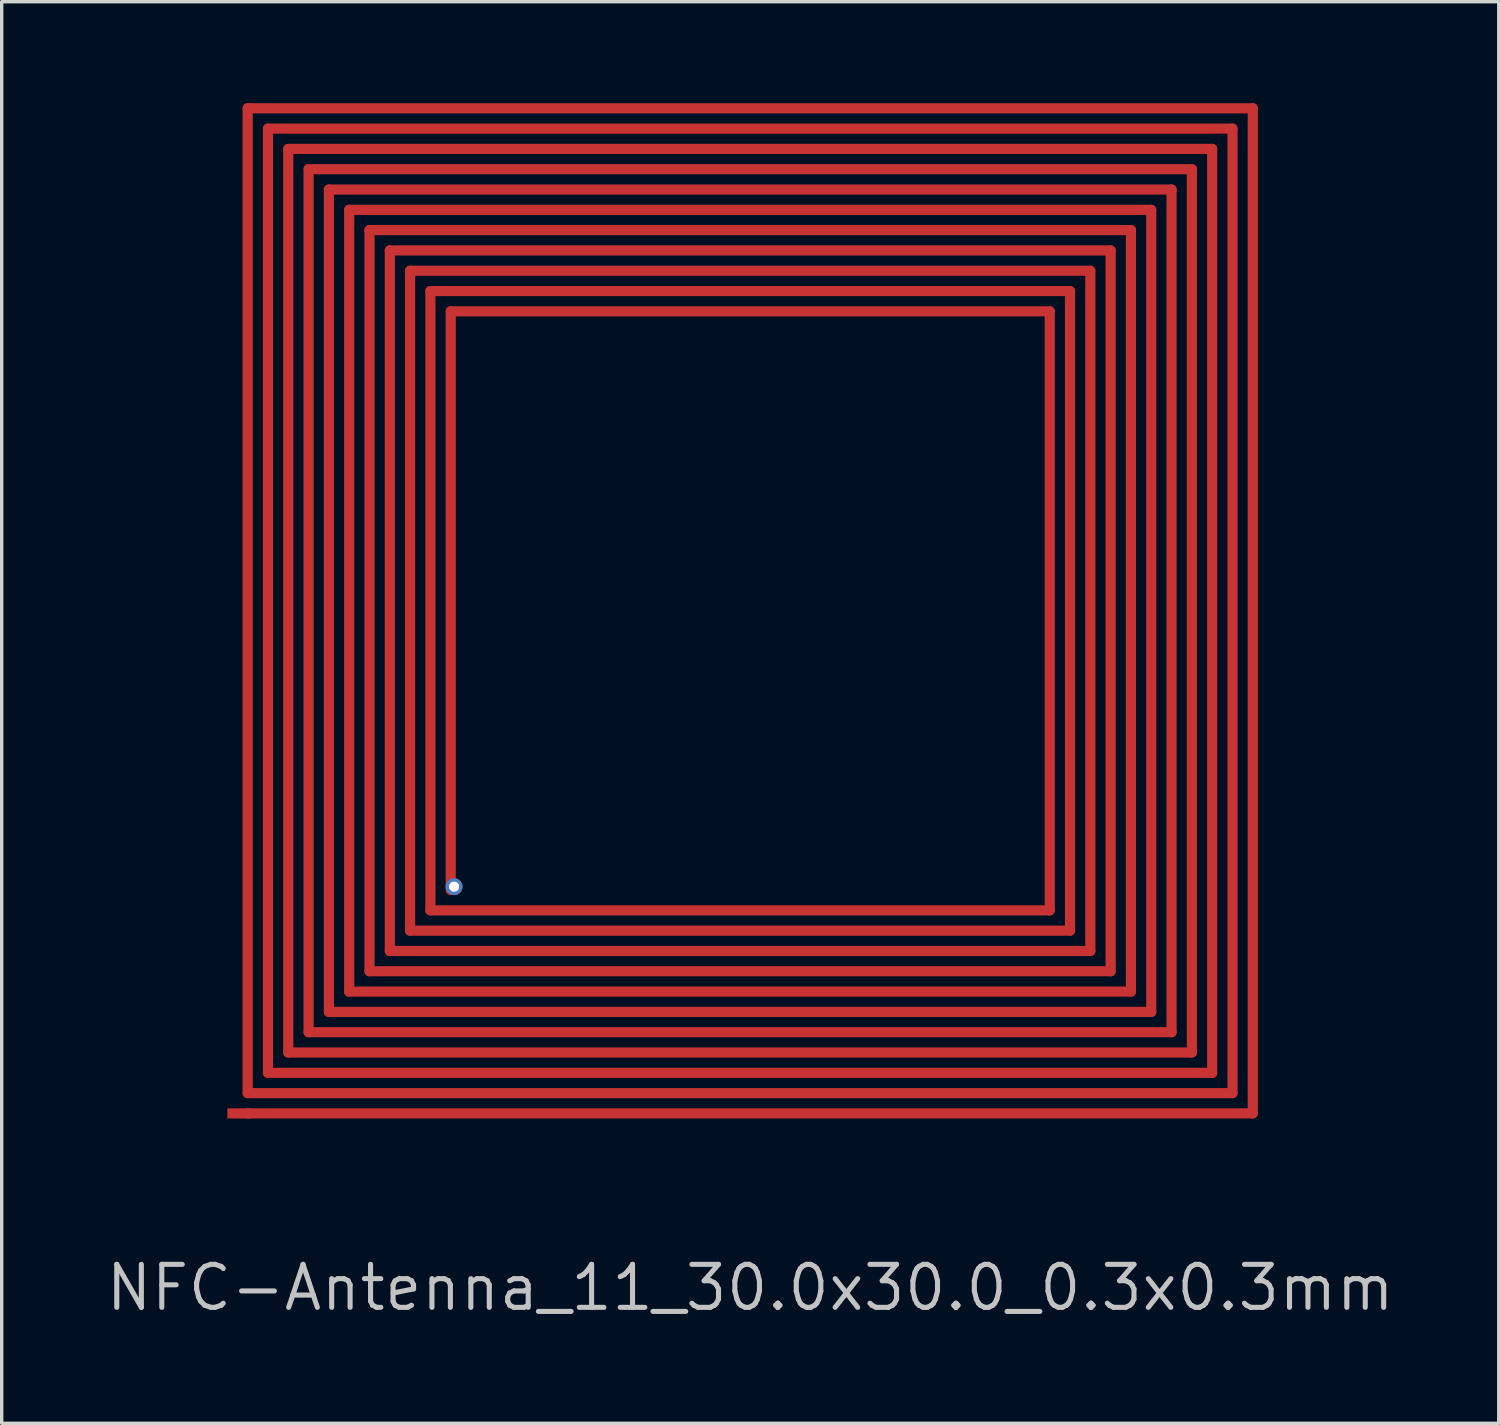
<source format=kicad_pcb>
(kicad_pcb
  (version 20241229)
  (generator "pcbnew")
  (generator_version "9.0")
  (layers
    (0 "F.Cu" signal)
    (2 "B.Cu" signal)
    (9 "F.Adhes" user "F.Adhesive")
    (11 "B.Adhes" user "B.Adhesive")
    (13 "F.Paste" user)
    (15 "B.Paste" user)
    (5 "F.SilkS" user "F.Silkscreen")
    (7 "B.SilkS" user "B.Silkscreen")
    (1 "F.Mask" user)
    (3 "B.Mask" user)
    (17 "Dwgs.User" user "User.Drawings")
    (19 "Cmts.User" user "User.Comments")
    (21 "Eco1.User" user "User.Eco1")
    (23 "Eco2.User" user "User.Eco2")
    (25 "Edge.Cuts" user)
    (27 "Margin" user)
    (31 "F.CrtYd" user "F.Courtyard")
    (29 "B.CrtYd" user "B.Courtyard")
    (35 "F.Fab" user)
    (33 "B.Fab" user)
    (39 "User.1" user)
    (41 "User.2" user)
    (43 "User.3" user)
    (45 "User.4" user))
  (footprint "NFC-Antenna_11_30.0x30.0_0.3x0.3mm"
    (layer "F.Cu")
    (at 19.118 15)
    (property "Reference" "NFC-Antenna_11_30.0x30.0_0.3x0.3mm" (at 0 20 0) (layer "Dwgs.User") (effects (font (size 1.27 1.27) (thickness 0.15))))
    (attr through_hole)
    (fp_line (start -14.85 -14.85) (end -14.85 14.25) (stroke (width 0.3) (type solid)) (layer "F.Cu"))
    (fp_line (start -14.85 14.25) (end 14.25 14.25) (stroke (width 0.3) (type solid)) (layer "F.Cu"))
    (fp_line (start -14.85 14.85) (end 14.85 14.85) (stroke (width 0.3) (type solid)) (layer "F.Cu"))
    (fp_line (start -14.25 -14.25) (end -14.25 13.65) (stroke (width 0.3) (type solid)) (layer "F.Cu"))
    (fp_line (start -14.25 13.65) (end 13.65 13.65) (stroke (width 0.3) (type solid)) (layer "F.Cu"))
    (fp_line (start -13.65 -13.65) (end -13.65 13.05) (stroke (width 0.3) (type solid)) (layer "F.Cu"))
    (fp_line (start -13.65 13.05) (end 13.05 13.05) (stroke (width 0.3) (type solid)) (layer "F.Cu"))
    (fp_line (start -13.05 -13.05) (end -13.05 12.45) (stroke (width 0.3) (type solid)) (layer "F.Cu"))
    (fp_line (start -13.05 12.45) (end 12.45 12.45) (stroke (width 0.3) (type solid)) (layer "F.Cu"))
    (fp_line (start -12.45 -12.45) (end -12.45 11.85) (stroke (width 0.3) (type solid)) (layer "F.Cu"))
    (fp_line (start -12.45 11.85) (end 11.85 11.85) (stroke (width 0.3) (type solid)) (layer "F.Cu"))
    (fp_line (start -11.85 -11.85) (end -11.85 11.25) (stroke (width 0.3) (type solid)) (layer "F.Cu"))
    (fp_line (start -11.85 11.25) (end 11.25 11.25) (stroke (width 0.3) (type solid)) (layer "F.Cu"))
    (fp_line (start -11.25 -11.25) (end -11.25 10.65) (stroke (width 0.3) (type solid)) (layer "F.Cu"))
    (fp_line (start -11.25 10.65) (end 10.65 10.65) (stroke (width 0.3) (type solid)) (layer "F.Cu"))
    (fp_line (start -10.65 -10.65) (end -10.65 10.05) (stroke (width 0.3) (type solid)) (layer "F.Cu"))
    (fp_line (start -10.65 10.05) (end 10.05 10.05) (stroke (width 0.3) (type solid)) (layer "F.Cu"))
    (fp_line (start -10.05 -10.05) (end -10.05 9.45) (stroke (width 0.3) (type solid)) (layer "F.Cu"))
    (fp_line (start -10.05 9.45) (end 9.45 9.45) (stroke (width 0.3) (type solid)) (layer "F.Cu"))
    (fp_line (start -9.45 -9.45) (end -9.45 8.85) (stroke (width 0.3) (type solid)) (layer "F.Cu"))
    (fp_line (start -9.45 8.85) (end 8.85 8.85) (stroke (width 0.3) (type solid)) (layer "F.Cu"))
    (fp_line (start -8.85 -8.85) (end -8.85 8.25) (stroke (width 0.3) (type solid)) (layer "F.Cu"))
    (fp_line (start 8.85 -8.85) (end -8.85 -8.85) (stroke (width 0.3) (type solid)) (layer "F.Cu"))
    (fp_line (start 8.85 8.85) (end 8.85 -8.85) (stroke (width 0.3) (type solid)) (layer "F.Cu"))
    (fp_line (start 9.45 -9.45) (end -9.45 -9.45) (stroke (width 0.3) (type solid)) (layer "F.Cu"))
    (fp_line (start 9.45 9.45) (end 9.45 -9.45) (stroke (width 0.3) (type solid)) (layer "F.Cu"))
    (fp_line (start 10.05 -10.05) (end -10.05 -10.05) (stroke (width 0.3) (type solid)) (layer "F.Cu"))
    (fp_line (start 10.05 10.05) (end 10.05 -10.05) (stroke (width 0.3) (type solid)) (layer "F.Cu"))
    (fp_line (start 10.65 -10.65) (end -10.65 -10.65) (stroke (width 0.3) (type solid)) (layer "F.Cu"))
    (fp_line (start 10.65 10.65) (end 10.65 -10.65) (stroke (width 0.3) (type solid)) (layer "F.Cu"))
    (fp_line (start 11.25 -11.25) (end -11.25 -11.25) (stroke (width 0.3) (type solid)) (layer "F.Cu"))
    (fp_line (start 11.25 11.25) (end 11.25 -11.25) (stroke (width 0.3) (type solid)) (layer "F.Cu"))
    (fp_line (start 11.85 -11.85) (end -11.85 -11.85) (stroke (width 0.3) (type solid)) (layer "F.Cu"))
    (fp_line (start 11.85 11.85) (end 11.85 -11.85) (stroke (width 0.3) (type solid)) (layer "F.Cu"))
    (fp_line (start 12.45 -12.45) (end -12.45 -12.45) (stroke (width 0.3) (type solid)) (layer "F.Cu"))
    (fp_line (start 12.45 12.45) (end 12.45 -12.45) (stroke (width 0.3) (type solid)) (layer "F.Cu"))
    (fp_line (start 13.05 -13.05) (end -13.05 -13.05) (stroke (width 0.3) (type solid)) (layer "F.Cu"))
    (fp_line (start 13.05 13.05) (end 13.05 -13.05) (stroke (width 0.3) (type solid)) (layer "F.Cu"))
    (fp_line (start 13.65 -13.65) (end -13.65 -13.65) (stroke (width 0.3) (type solid)) (layer "F.Cu"))
    (fp_line (start 13.65 13.65) (end 13.65 -13.65) (stroke (width 0.3) (type solid)) (layer "F.Cu"))
    (fp_line (start 14.25 -14.25) (end -14.25 -14.25) (stroke (width 0.3) (type solid)) (layer "F.Cu"))
    (fp_line (start 14.25 14.25) (end 14.25 -14.25) (stroke (width 0.3) (type solid)) (layer "F.Cu"))
    (fp_line (start 14.85 -14.85) (end -14.85 -14.85) (stroke (width 0.3) (type solid)) (layer "F.Cu"))
    (fp_line (start 14.85 14.85) (end 14.85 -14.85) (stroke (width 0.3) (type solid)) (layer "F.Cu"))
    (pad "1" smd rect (at -15.1 14.85) (size 0.7 0.3) (layers "F.Cu"))
    (pad "2" thru_hole circle (at -8.75 8.15) (size 0.5 0.5) (drill 0.3) (layers "*.Cu")))
  (gr_rect
    (start -3 -3)
    (end 41.236 39.006)
    (stroke (width 0.1) (type default))
    (fill no)
    (layer "Edge.Cuts")))
</source>
